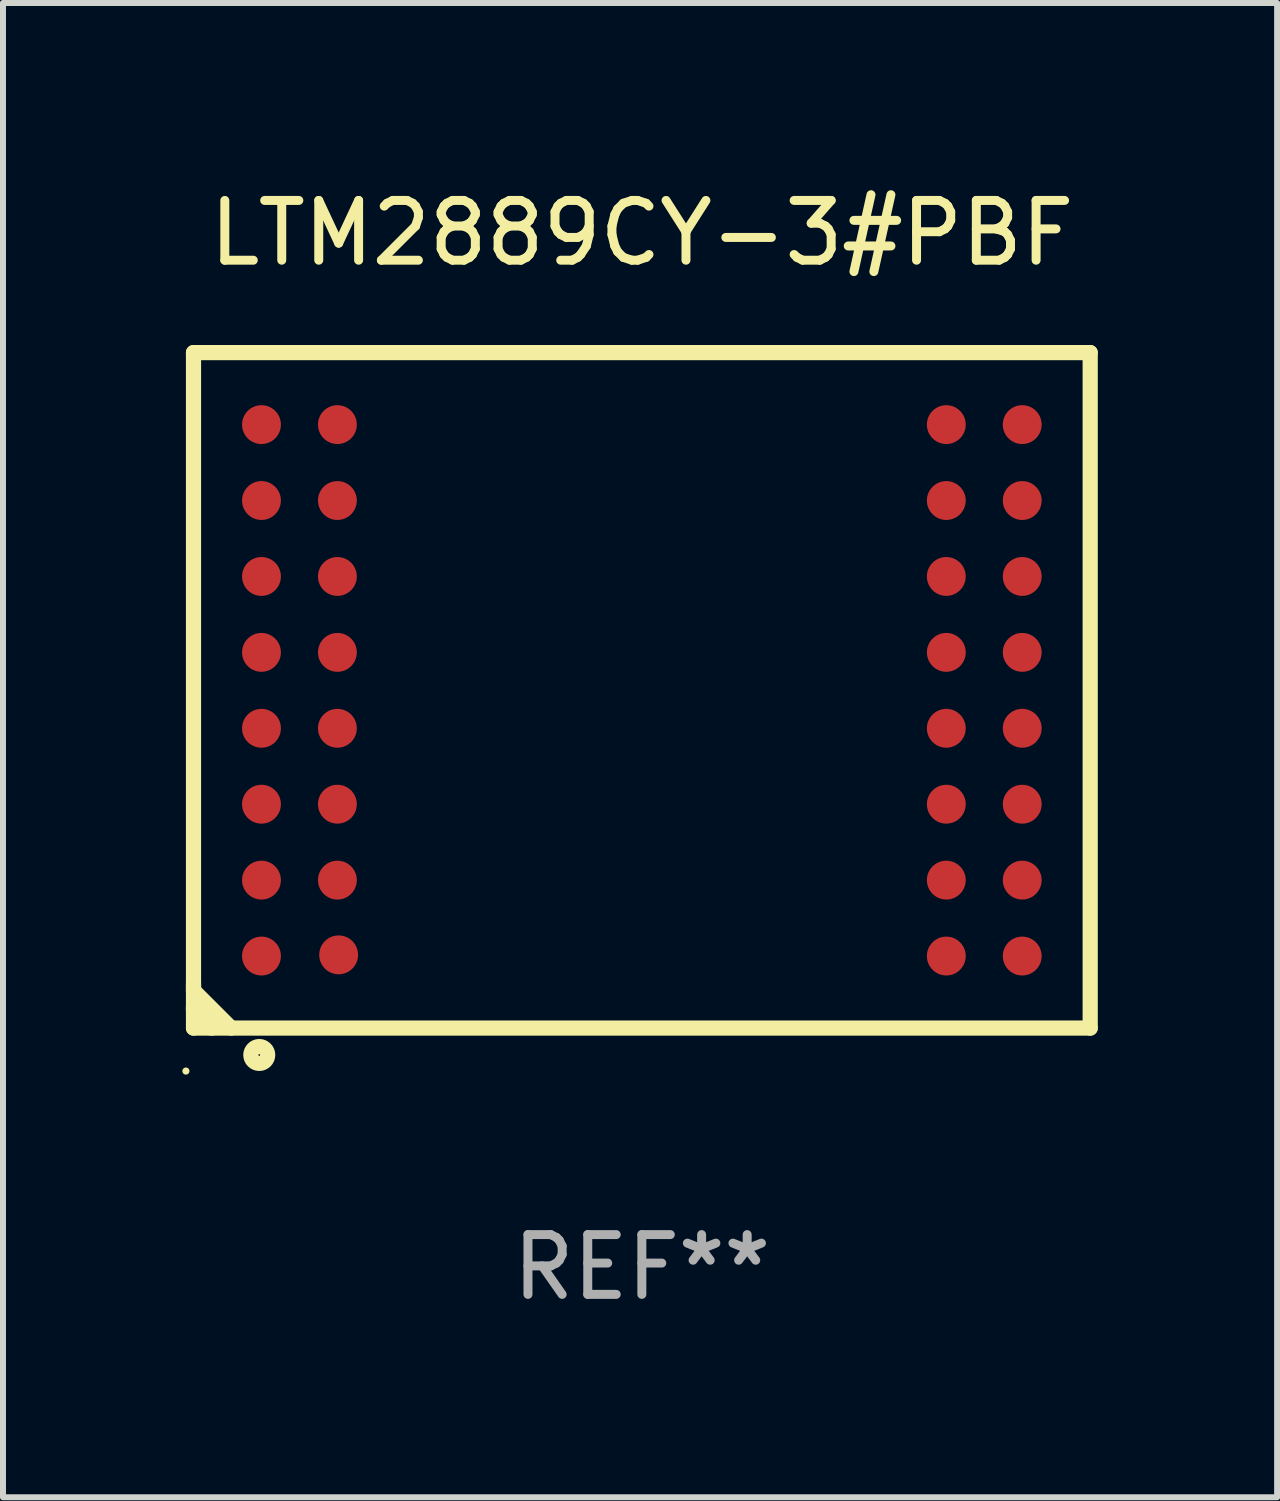
<source format=kicad_pcb>
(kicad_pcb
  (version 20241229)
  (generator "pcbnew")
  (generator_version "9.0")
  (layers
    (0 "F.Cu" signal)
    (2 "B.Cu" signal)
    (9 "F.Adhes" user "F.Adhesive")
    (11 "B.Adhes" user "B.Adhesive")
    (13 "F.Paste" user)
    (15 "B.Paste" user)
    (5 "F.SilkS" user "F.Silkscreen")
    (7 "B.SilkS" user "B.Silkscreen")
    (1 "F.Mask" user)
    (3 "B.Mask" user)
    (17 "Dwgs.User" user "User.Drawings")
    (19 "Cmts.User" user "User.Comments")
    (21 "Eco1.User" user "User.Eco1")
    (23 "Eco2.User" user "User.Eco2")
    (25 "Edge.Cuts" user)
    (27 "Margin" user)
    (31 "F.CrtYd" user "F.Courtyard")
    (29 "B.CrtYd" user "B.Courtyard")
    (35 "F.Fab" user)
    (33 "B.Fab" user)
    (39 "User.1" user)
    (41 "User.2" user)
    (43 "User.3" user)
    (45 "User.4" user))
  (footprint "LTM2889CY-3#PBF"
    (layer "F.Cu")
    (at 7.687 8.498)
    (property "Reference" "LTM2889CY-3#PBF" (at 0 -7.65 0) (layer "F.SilkS") (effects (font (size 1 1) (thickness 0.15))))
    (attr through_hole)
    (fp_line (start -7.5 -5.65) (end -7.5 5.65) (stroke (width 0.254) (type solid)) (layer "F.SilkS"))
    (fp_line (start -7.5 -5.65) (end 7.5 -5.65) (stroke (width 0.254) (type solid)) (layer "F.SilkS"))
    (fp_line (start -7.5 4.911) (end -7.5 5.02) (stroke (width 0.254) (type solid)) (layer "F.SilkS"))
    (fp_line (start -7.5 5.02) (end -6.87 5.65) (stroke (width 0.254) (type solid)) (layer "F.SilkS"))
    (fp_line (start -7.5 5.286) (end -7.5 5.347) (stroke (width 0.254) (type solid)) (layer "F.SilkS"))
    (fp_line (start -7.5 5.347) (end -7.197 5.65) (stroke (width 0.254) (type solid)) (layer "F.SilkS"))
    (fp_line (start -7.5 5.65) (end 7.5 5.65) (stroke (width 0.254) (type solid)) (layer "F.SilkS"))
    (fp_line (start 7.5 -5.65) (end 7.5 5.65) (stroke (width 0.254) (type solid)) (layer "F.SilkS"))
    (fp_circle (center -7.627 6.369) (end -7.597 6.369) (stroke (width 0.06) (type solid)) (fill no) (layer "F.SilkS"))
    (fp_circle (center -6.4 6.1) (end -6.259 6.1) (stroke (width 0.254) (type solid)) (fill no) (layer "F.SilkS"))
    (fp_text user "REF**" (at 0 9.65 0) (layer "F.Fab") (effects (font (size 1 1) (thickness 0.15))))
    (pad "A1" smd circle (at -6.363 4.445) (size 0.65 0.65) (layers "F.Cu" "F.Mask" "F.Paste"))
    (pad "A2" smd circle (at -6.363 3.175) (size 0.65 0.65) (layers "F.Cu" "F.Mask" "F.Paste"))
    (pad "A3" smd circle (at -6.363 1.905) (size 0.65 0.65) (layers "F.Cu" "F.Mask" "F.Paste"))
    (pad "A4" smd circle (at -6.363 0.635) (size 0.65 0.65) (layers "F.Cu" "F.Mask" "F.Paste"))
    (pad "A5" smd circle (at -6.363 -0.635) (size 0.65 0.65) (layers "F.Cu" "F.Mask" "F.Paste"))
    (pad "A6" smd circle (at -6.363 -1.905) (size 0.65 0.65) (layers "F.Cu" "F.Mask" "F.Paste"))
    (pad "A7" smd circle (at -6.363 -3.175) (size 0.65 0.65) (layers "F.Cu" "F.Mask" "F.Paste"))
    (pad "A8" smd circle (at -6.363 -4.445) (size 0.65 0.65) (layers "F.Cu" "F.Mask" "F.Paste"))
    (pad "B1" smd circle (at -5.072 4.425) (size 0.65 0.65) (layers "F.Cu" "F.Mask" "F.Paste"))
    (pad "B2" smd circle (at -5.093 3.175) (size 0.65 0.65) (layers "F.Cu" "F.Mask" "F.Paste"))
    (pad "B3" smd circle (at -5.093 1.905) (size 0.65 0.65) (layers "F.Cu" "F.Mask" "F.Paste"))
    (pad "B4" smd circle (at -5.093 0.635) (size 0.65 0.65) (layers "F.Cu" "F.Mask" "F.Paste"))
    (pad "B5" smd circle (at -5.093 -0.635) (size 0.65 0.65) (layers "F.Cu" "F.Mask" "F.Paste"))
    (pad "B6" smd circle (at -5.093 -1.905) (size 0.65 0.65) (layers "F.Cu" "F.Mask" "F.Paste"))
    (pad "B7" smd circle (at -5.093 -3.175) (size 0.65 0.65) (layers "F.Cu" "F.Mask" "F.Paste"))
    (pad "B8" smd circle (at -5.093 -4.445) (size 0.65 0.65) (layers "F.Cu" "F.Mask" "F.Paste"))
    (pad "K1" smd circle (at 5.093 4.445) (size 0.65 0.65) (layers "F.Cu" "F.Mask" "F.Paste"))
    (pad "K2" smd circle (at 5.093 3.175) (size 0.65 0.65) (layers "F.Cu" "F.Mask" "F.Paste"))
    (pad "K3" smd circle (at 5.093 1.905) (size 0.65 0.65) (layers "F.Cu" "F.Mask" "F.Paste"))
    (pad "K4" smd circle (at 5.093 0.635) (size 0.65 0.65) (layers "F.Cu" "F.Mask" "F.Paste"))
    (pad "K5" smd circle (at 5.093 -0.635) (size 0.65 0.65) (layers "F.Cu" "F.Mask" "F.Paste"))
    (pad "K6" smd circle (at 5.093 -1.905) (size 0.65 0.65) (layers "F.Cu" "F.Mask" "F.Paste"))
    (pad "K7" smd circle (at 5.093 -3.175) (size 0.65 0.65) (layers "F.Cu" "F.Mask" "F.Paste"))
    (pad "K8" smd circle (at 5.093 -4.445) (size 0.65 0.65) (layers "F.Cu" "F.Mask" "F.Paste"))
    (pad "L1" smd circle (at 6.363 4.445) (size 0.65 0.65) (layers "F.Cu" "F.Mask" "F.Paste"))
    (pad "L2" smd circle (at 6.363 3.175) (size 0.65 0.65) (layers "F.Cu" "F.Mask" "F.Paste"))
    (pad "L3" smd circle (at 6.363 1.905) (size 0.65 0.65) (layers "F.Cu" "F.Mask" "F.Paste"))
    (pad "L4" smd circle (at 6.363 0.635) (size 0.65 0.65) (layers "F.Cu" "F.Mask" "F.Paste"))
    (pad "L5" smd circle (at 6.363 -0.635) (size 0.65 0.65) (layers "F.Cu" "F.Mask" "F.Paste"))
    (pad "L6" smd circle (at 6.363 -1.905) (size 0.65 0.65) (layers "F.Cu" "F.Mask" "F.Paste"))
    (pad "L7" smd circle (at 6.363 -3.175) (size 0.65 0.65) (layers "F.Cu" "F.Mask" "F.Paste"))
    (pad "L8" smd circle (at 6.363 -4.445) (size 0.65 0.65) (layers "F.Cu" "F.Mask" "F.Paste")))
  (gr_rect
    (start -3 -3)
    (end 18.314 21.997)
    (stroke (width 0.1) (type default))
    (fill no)
    (layer "Edge.Cuts")))
</source>
